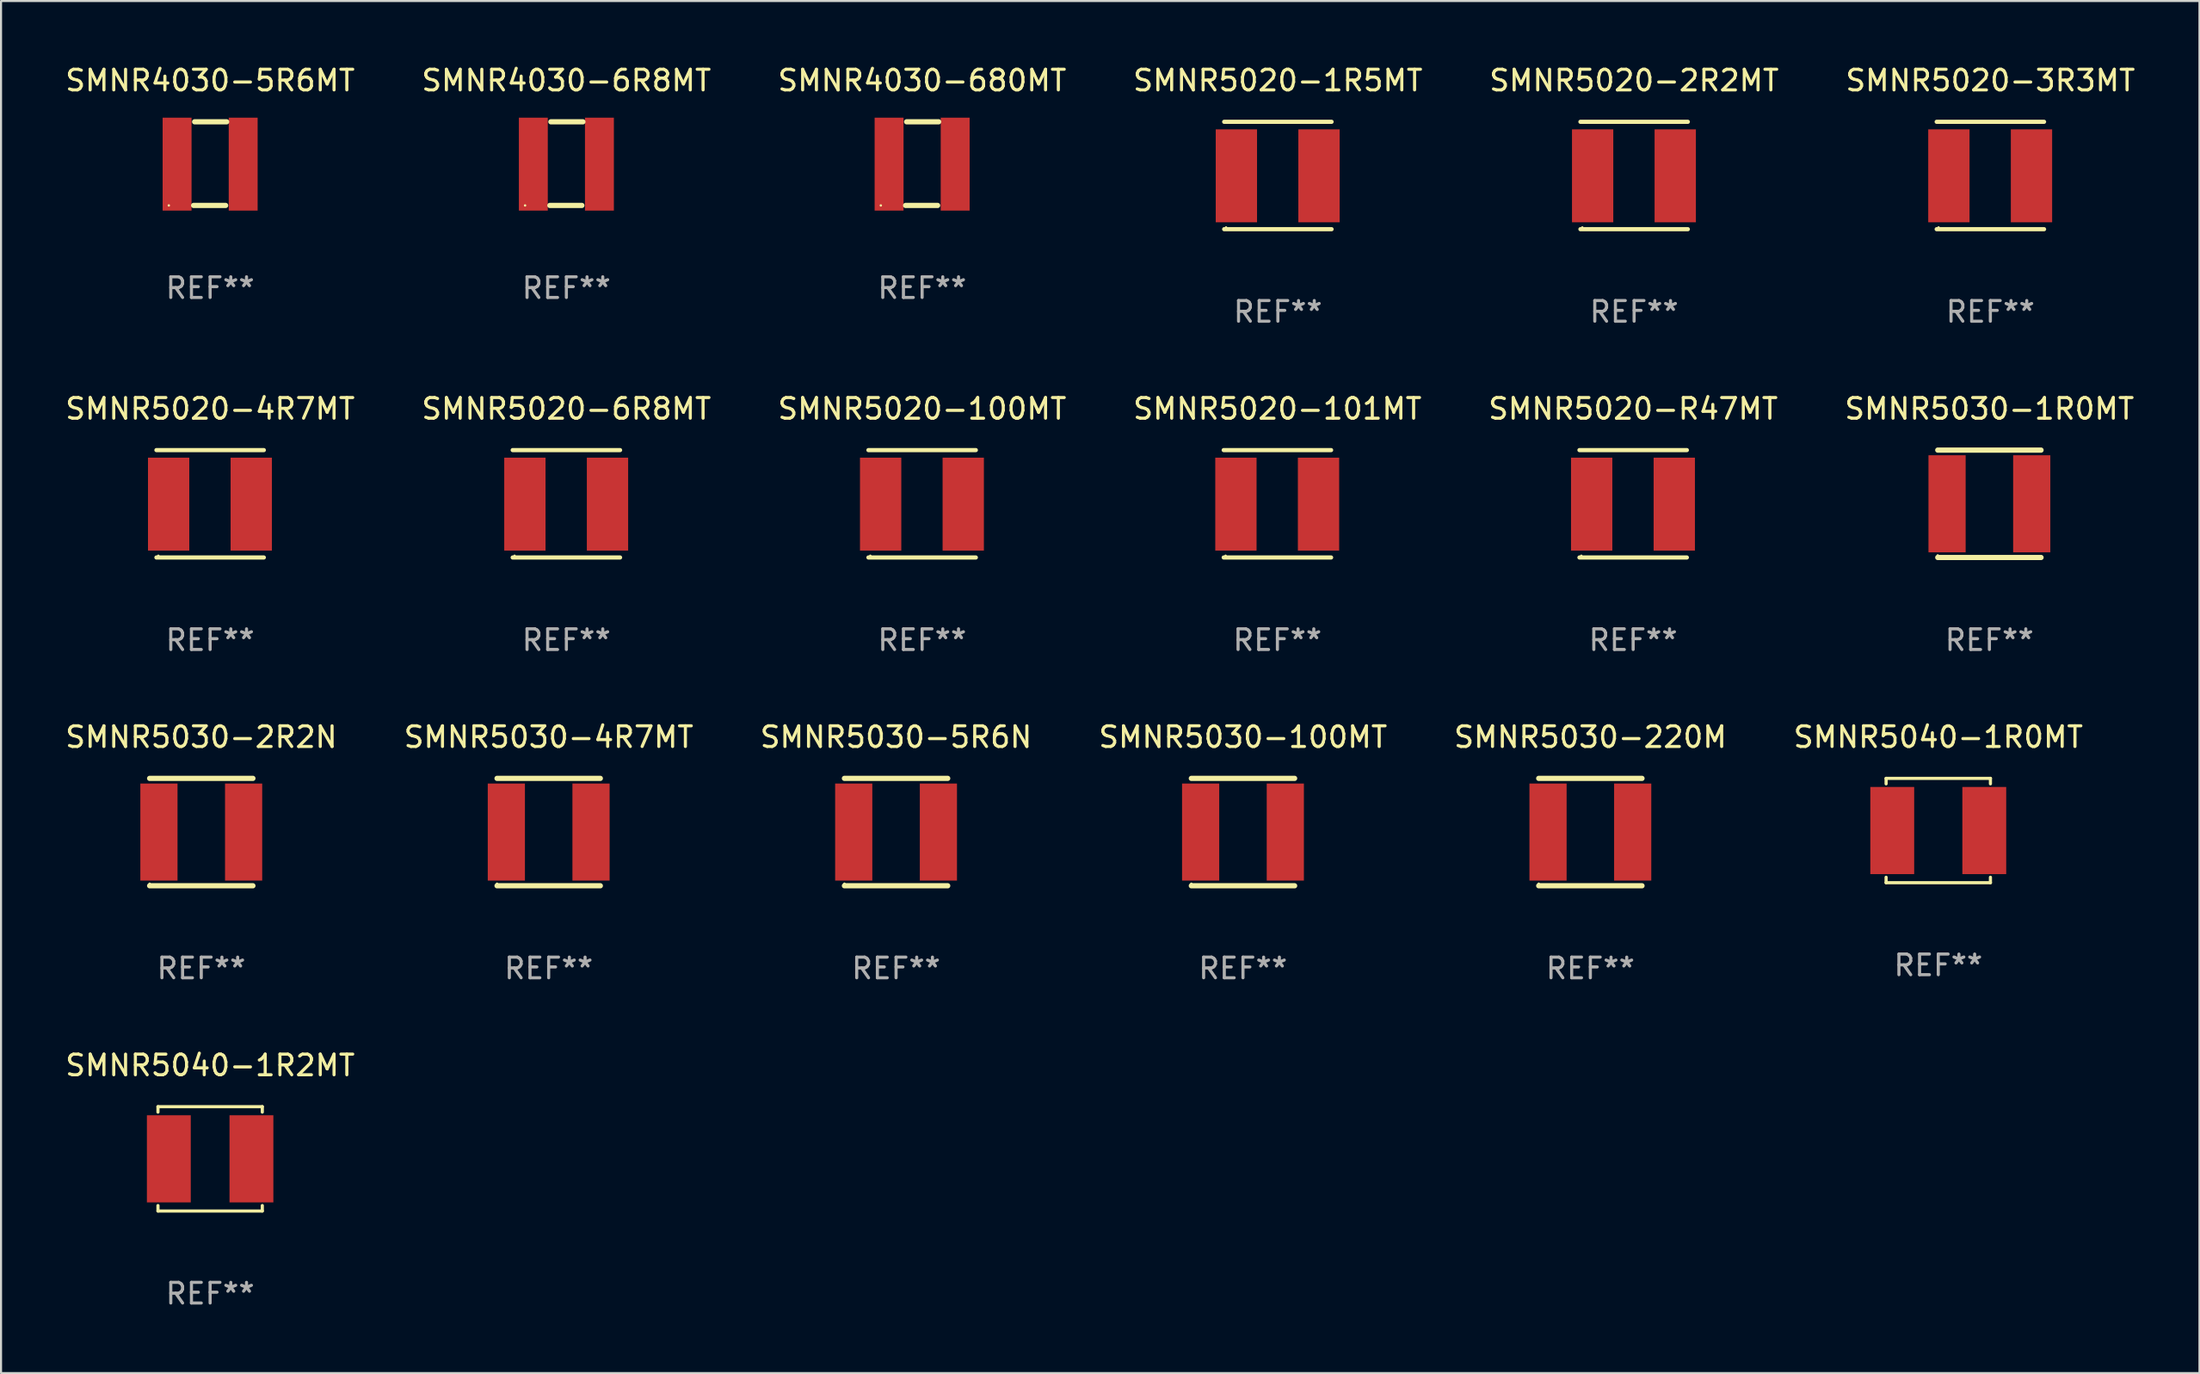
<source format=kicad_pcb>
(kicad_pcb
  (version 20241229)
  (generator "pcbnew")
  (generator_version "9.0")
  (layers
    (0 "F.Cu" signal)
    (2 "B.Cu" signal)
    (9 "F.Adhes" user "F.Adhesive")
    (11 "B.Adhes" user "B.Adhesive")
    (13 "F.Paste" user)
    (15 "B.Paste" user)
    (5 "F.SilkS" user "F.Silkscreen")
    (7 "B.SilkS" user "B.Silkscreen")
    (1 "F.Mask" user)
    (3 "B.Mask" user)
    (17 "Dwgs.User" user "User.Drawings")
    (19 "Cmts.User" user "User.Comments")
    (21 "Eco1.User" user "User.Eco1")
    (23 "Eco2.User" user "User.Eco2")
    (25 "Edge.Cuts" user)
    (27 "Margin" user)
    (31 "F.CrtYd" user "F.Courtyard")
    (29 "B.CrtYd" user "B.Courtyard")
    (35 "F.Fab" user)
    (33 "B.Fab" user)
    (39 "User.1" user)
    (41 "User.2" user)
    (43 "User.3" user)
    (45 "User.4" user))
  (footprint "SMNR5030-4R7MT"
    (layer "F.Cu")
    (at 23.518 37.241)
    (property "Reference" "SMNR5030-4R7MT" (at 0 -4.6 0) (layer "F.SilkS") (effects (font (size 1 1) (thickness 0.15))))
    (attr through_hole)
    (fp_line (start -2.5 -2.6) (end 2.5 -2.6) (stroke (width 0.254) (type solid)) (layer "F.SilkS"))
    (fp_line (start -2.5 2.6) (end 2.5 2.6) (stroke (width 0.254) (type solid)) (layer "F.SilkS"))
    (fp_circle (center -2.5 2.5) (end -2.47 2.5) (stroke (width 0.06) (type solid)) (fill no) (layer "F.SilkS"))
    (fp_text user "REF**" (at 0 6.6 0) (layer "F.Fab") (effects (font (size 1 1) (thickness 0.15))))
    (pad "1" smd rect (at -2.05 0) (size 1.8 4.7) (layers "F.Cu" "F.Mask" "F.Paste"))
    (pad "2" smd rect (at 2.05 0) (size 1.8 4.7) (layers "F.Cu" "F.Mask" "F.Paste")))
  (footprint "SMNR5020-R47MT"
    (layer "F.Cu")
    (at 76.03 21.345)
    (property "Reference" "SMNR5020-R47MT" (at 0 -4.6 0) (layer "F.SilkS") (effects (font (size 1 1) (thickness 0.15))))
    (attr through_hole)
    (fp_line (start -2.6 -2.6) (end 2.6 -2.6) (stroke (width 0.203) (type solid)) (layer "F.SilkS"))
    (fp_line (start -2.6 2.6) (end 2.6 2.6) (stroke (width 0.203) (type solid)) (layer "F.SilkS"))
    (fp_circle (center -2.509 2.516) (end -2.479 2.516) (stroke (width 0.06) (type solid)) (fill no) (layer "F.SilkS"))
    (fp_text user "REF**" (at 0 6.6 0) (layer "F.Fab") (effects (font (size 1 1) (thickness 0.15))))
    (pad "1" smd rect (at -2.009 0.016 90) (size 4.5 2) (layers "F.Cu" "F.Mask" "F.Paste"))
    (pad "2" smd rect (at 1.991 0.016 90) (size 4.5 2) (layers "F.Cu" "F.Mask" "F.Paste")))
  (footprint "SMNR5040-1R0MT"
    (layer "F.Cu")
    (at 90.804 37.167)
    (property "Reference" "SMNR5040-1R0MT" (at 0 -4.526 0) (layer "F.SilkS") (effects (font (size 1 1) (thickness 0.15))))
    (attr through_hole)
    (fp_line (start -2.526 -2.526) (end 2.526 -2.526) (stroke (width 0.152) (type solid)) (layer "F.SilkS"))
    (fp_line (start -2.526 -2.262) (end -2.526 -2.526) (stroke (width 0.152) (type solid)) (layer "F.SilkS"))
    (fp_line (start -2.526 2.262) (end -2.526 2.526) (stroke (width 0.152) (type solid)) (layer "F.SilkS"))
    (fp_line (start -2.526 2.526) (end 2.526 2.526) (stroke (width 0.152) (type solid)) (layer "F.SilkS"))
    (fp_line (start 2.526 -2.526) (end 2.526 -2.262) (stroke (width 0.152) (type solid)) (layer "F.SilkS"))
    (fp_line (start 2.526 2.526) (end 2.526 2.262) (stroke (width 0.152) (type solid)) (layer "F.SilkS"))
    (fp_circle (center 2.5 -2.5) (end 2.53 -2.5) (stroke (width 0.06) (type solid)) (fill no) (layer "F.SilkS"))
    (fp_text user "REF**" (at 0 6.526 0) (layer "F.Fab") (effects (font (size 1 1) (thickness 0.15))))
    (pad "1" smd rect (at 2.228 0) (size 2.124 4.22) (layers "F.Cu" "F.Mask" "F.Paste"))
    (pad "2" smd rect (at -2.228 0) (size 2.124 4.22) (layers "F.Cu" "F.Mask" "F.Paste")))
  (footprint "SMNR5020-6R8MT"
    (layer "F.Cu")
    (at 24.375 21.345)
    (property "Reference" "SMNR5020-6R8MT" (at 0 -4.6 0) (layer "F.SilkS") (effects (font (size 1 1) (thickness 0.15))))
    (attr through_hole)
    (fp_line (start -2.6 -2.6) (end 2.6 -2.6) (stroke (width 0.203) (type solid)) (layer "F.SilkS"))
    (fp_line (start -2.6 2.6) (end 2.6 2.6) (stroke (width 0.203) (type solid)) (layer "F.SilkS"))
    (fp_circle (center -2.509 2.516) (end -2.479 2.516) (stroke (width 0.06) (type solid)) (fill no) (layer "F.SilkS"))
    (fp_text user "REF**" (at 0 6.6 0) (layer "F.Fab") (effects (font (size 1 1) (thickness 0.15))))
    (pad "1" smd rect (at -2.009 0.016 90) (size 4.5 2) (layers "F.Cu" "F.Mask" "F.Paste"))
    (pad "2" smd rect (at 1.991 0.016 90) (size 4.5 2) (layers "F.Cu" "F.Mask" "F.Paste")))
  (footprint "SMNR4030-5R6MT"
    (layer "F.Cu")
    (at 7.125 4.873)
    (property "Reference" "SMNR4030-5R6MT" (at 0 -4.025 0) (layer "F.SilkS") (effects (font (size 1 1) (thickness 0.15))))
    (attr through_hole)
    (fp_line (start -0.8 2.025) (end 0.75 2.025) (stroke (width 0.254) (type solid)) (layer "F.SilkS"))
    (fp_line (start -0.75 -2.025) (end 0.8 -2.025) (stroke (width 0.254) (type solid)) (layer "F.SilkS"))
    (fp_circle (center -2 2.025) (end -1.97 2.025) (stroke (width 0.06) (type solid)) (fill no) (layer "F.SilkS"))
    (fp_text user "REF**" (at 0 6.025 0) (layer "F.Fab") (effects (font (size 1 1) (thickness 0.15))))
    (pad "1" smd rect (at -1.6 0.025) (size 1.4 4.5) (layers "F.Cu" "F.Mask" "F.Paste"))
    (pad "2" smd rect (at 1.6 0.025) (size 1.4 4.5) (layers "F.Cu" "F.Mask" "F.Paste")))
  (footprint "SMNR5030-2R2N"
    (layer "F.Cu")
    (at 6.696 37.241)
    (property "Reference" "SMNR5030-2R2N" (at 0 -4.6 0) (layer "F.SilkS") (effects (font (size 1 1) (thickness 0.15))))
    (attr through_hole)
    (fp_line (start -2.5 -2.6) (end 2.5 -2.6) (stroke (width 0.254) (type solid)) (layer "F.SilkS"))
    (fp_line (start -2.5 2.6) (end 2.5 2.6) (stroke (width 0.254) (type solid)) (layer "F.SilkS"))
    (fp_circle (center -2.5 2.5) (end -2.47 2.5) (stroke (width 0.06) (type solid)) (fill no) (layer "F.SilkS"))
    (fp_text user "REF**" (at 0 6.6 0) (layer "F.Fab") (effects (font (size 1 1) (thickness 0.15))))
    (pad "1" smd rect (at -2.05 0) (size 1.8 4.7) (layers "F.Cu" "F.Mask" "F.Paste"))
    (pad "2" smd rect (at 2.05 0) (size 1.8 4.7) (layers "F.Cu" "F.Mask" "F.Paste")))
  (footprint "SMNR4030-680MT"
    (layer "F.Cu")
    (at 41.601 4.873)
    (property "Reference" "SMNR4030-680MT" (at 0 -4.025 0) (layer "F.SilkS") (effects (font (size 1 1) (thickness 0.15))))
    (attr through_hole)
    (fp_line (start -0.8 2.025) (end 0.75 2.025) (stroke (width 0.254) (type solid)) (layer "F.SilkS"))
    (fp_line (start -0.75 -2.025) (end 0.8 -2.025) (stroke (width 0.254) (type solid)) (layer "F.SilkS"))
    (fp_circle (center -2 2.025) (end -1.97 2.025) (stroke (width 0.06) (type solid)) (fill no) (layer "F.SilkS"))
    (fp_text user "REF**" (at 0 6.025 0) (layer "F.Fab") (effects (font (size 1 1) (thickness 0.15))))
    (pad "1" smd rect (at -1.6 0.025) (size 1.4 4.5) (layers "F.Cu" "F.Mask" "F.Paste"))
    (pad "2" smd rect (at 1.6 0.025) (size 1.4 4.5) (layers "F.Cu" "F.Mask" "F.Paste")))
  (footprint "SMNR5020-101MT"
    (layer "F.Cu")
    (at 58.804 21.345)
    (property "Reference" "SMNR5020-101MT" (at 0 -4.6 0) (layer "F.SilkS") (effects (font (size 1 1) (thickness 0.15))))
    (attr through_hole)
    (fp_line (start -2.6 -2.6) (end 2.6 -2.6) (stroke (width 0.203) (type solid)) (layer "F.SilkS"))
    (fp_line (start -2.6 2.6) (end 2.6 2.6) (stroke (width 0.203) (type solid)) (layer "F.SilkS"))
    (fp_circle (center -2.509 2.516) (end -2.479 2.516) (stroke (width 0.06) (type solid)) (fill no) (layer "F.SilkS"))
    (fp_text user "REF**" (at 0 6.6 0) (layer "F.Fab") (effects (font (size 1 1) (thickness 0.15))))
    (pad "1" smd rect (at -2.009 0.016 90) (size 4.5 2) (layers "F.Cu" "F.Mask" "F.Paste"))
    (pad "2" smd rect (at 1.991 0.016 90) (size 4.5 2) (layers "F.Cu" "F.Mask" "F.Paste")))
  (footprint "SMNR5030-5R6N"
    (layer "F.Cu")
    (at 40.339 37.241)
    (property "Reference" "SMNR5030-5R6N" (at 0 -4.6 0) (layer "F.SilkS") (effects (font (size 1 1) (thickness 0.15))))
    (attr through_hole)
    (fp_line (start -2.5 -2.6) (end 2.5 -2.6) (stroke (width 0.254) (type solid)) (layer "F.SilkS"))
    (fp_line (start -2.5 2.6) (end 2.5 2.6) (stroke (width 0.254) (type solid)) (layer "F.SilkS"))
    (fp_circle (center -2.5 2.5) (end -2.47 2.5) (stroke (width 0.06) (type solid)) (fill no) (layer "F.SilkS"))
    (fp_text user "REF**" (at 0 6.6 0) (layer "F.Fab") (effects (font (size 1 1) (thickness 0.15))))
    (pad "1" smd rect (at -2.05 0) (size 1.8 4.7) (layers "F.Cu" "F.Mask" "F.Paste"))
    (pad "2" smd rect (at 2.05 0) (size 1.8 4.7) (layers "F.Cu" "F.Mask" "F.Paste")))
  (footprint "SMNR5020-3R3MT"
    (layer "F.Cu")
    (at 93.327 5.448)
    (property "Reference" "SMNR5020-3R3MT" (at 0 -4.6 0) (layer "F.SilkS") (effects (font (size 1 1) (thickness 0.15))))
    (attr through_hole)
    (fp_line (start -2.6 -2.6) (end 2.6 -2.6) (stroke (width 0.203) (type solid)) (layer "F.SilkS"))
    (fp_line (start -2.6 2.6) (end 2.6 2.6) (stroke (width 0.203) (type solid)) (layer "F.SilkS"))
    (fp_circle (center -2.509 2.516) (end -2.479 2.516) (stroke (width 0.06) (type solid)) (fill no) (layer "F.SilkS"))
    (fp_text user "REF**" (at 0 6.6 0) (layer "F.Fab") (effects (font (size 1 1) (thickness 0.15))))
    (pad "1" smd rect (at -2.009 0.016 90) (size 4.5 2) (layers "F.Cu" "F.Mask" "F.Paste"))
    (pad "2" smd rect (at 1.991 0.016 90) (size 4.5 2) (layers "F.Cu" "F.Mask" "F.Paste")))
  (footprint "SMNR4030-6R8MT"
    (layer "F.Cu")
    (at 24.375 4.873)
    (property "Reference" "SMNR4030-6R8MT" (at 0 -4.025 0) (layer "F.SilkS") (effects (font (size 1 1) (thickness 0.15))))
    (attr through_hole)
    (fp_line (start -0.8 2.025) (end 0.75 2.025) (stroke (width 0.254) (type solid)) (layer "F.SilkS"))
    (fp_line (start -0.75 -2.025) (end 0.8 -2.025) (stroke (width 0.254) (type solid)) (layer "F.SilkS"))
    (fp_circle (center -2 2.025) (end -1.97 2.025) (stroke (width 0.06) (type solid)) (fill no) (layer "F.SilkS"))
    (fp_text user "REF**" (at 0 6.025 0) (layer "F.Fab") (effects (font (size 1 1) (thickness 0.15))))
    (pad "1" smd rect (at -1.6 0.025) (size 1.4 4.5) (layers "F.Cu" "F.Mask" "F.Paste"))
    (pad "2" smd rect (at 1.6 0.025) (size 1.4 4.5) (layers "F.Cu" "F.Mask" "F.Paste")))
  (footprint "SMNR5030-1R0MT"
    (layer "F.Cu")
    (at 93.28 21.345)
    (property "Reference" "SMNR5030-1R0MT" (at 0 -4.6 0) (layer "F.SilkS") (effects (font (size 1 1) (thickness 0.15))))
    (attr through_hole)
    (fp_line (start -2.5 -2.6) (end 2.5 -2.6) (stroke (width 0.254) (type solid)) (layer "F.SilkS"))
    (fp_line (start -2.5 2.6) (end 2.5 2.6) (stroke (width 0.254) (type solid)) (layer "F.SilkS"))
    (fp_circle (center -2.5 2.5) (end -2.47 2.5) (stroke (width 0.06) (type solid)) (fill no) (layer "F.SilkS"))
    (fp_text user "REF**" (at 0 6.6 0) (layer "F.Fab") (effects (font (size 1 1) (thickness 0.15))))
    (pad "1" smd rect (at -2.05 0) (size 1.8 4.7) (layers "F.Cu" "F.Mask" "F.Paste"))
    (pad "2" smd rect (at 2.05 0) (size 1.8 4.7) (layers "F.Cu" "F.Mask" "F.Paste")))
  (footprint "SMNR5020-100MT"
    (layer "F.Cu")
    (at 41.601 21.345)
    (property "Reference" "SMNR5020-100MT" (at 0 -4.6 0) (layer "F.SilkS") (effects (font (size 1 1) (thickness 0.15))))
    (attr through_hole)
    (fp_line (start -2.6 -2.6) (end 2.6 -2.6) (stroke (width 0.203) (type solid)) (layer "F.SilkS"))
    (fp_line (start -2.6 2.6) (end 2.6 2.6) (stroke (width 0.203) (type solid)) (layer "F.SilkS"))
    (fp_circle (center -2.509 2.516) (end -2.479 2.516) (stroke (width 0.06) (type solid)) (fill no) (layer "F.SilkS"))
    (fp_text user "REF**" (at 0 6.6 0) (layer "F.Fab") (effects (font (size 1 1) (thickness 0.15))))
    (pad "1" smd rect (at -2.009 0.016 90) (size 4.5 2) (layers "F.Cu" "F.Mask" "F.Paste"))
    (pad "2" smd rect (at 1.991 0.016 90) (size 4.5 2) (layers "F.Cu" "F.Mask" "F.Paste")))
  (footprint "SMNR5030-100MT"
    (layer "F.Cu")
    (at 57.137 37.241)
    (property "Reference" "SMNR5030-100MT" (at 0 -4.6 0) (layer "F.SilkS") (effects (font (size 1 1) (thickness 0.15))))
    (attr through_hole)
    (fp_line (start -2.5 -2.6) (end 2.5 -2.6) (stroke (width 0.254) (type solid)) (layer "F.SilkS"))
    (fp_line (start -2.5 2.6) (end 2.5 2.6) (stroke (width 0.254) (type solid)) (layer "F.SilkS"))
    (fp_circle (center -2.5 2.5) (end -2.47 2.5) (stroke (width 0.06) (type solid)) (fill no) (layer "F.SilkS"))
    (fp_text user "REF**" (at 0 6.6 0) (layer "F.Fab") (effects (font (size 1 1) (thickness 0.15))))
    (pad "1" smd rect (at -2.05 0) (size 1.8 4.7) (layers "F.Cu" "F.Mask" "F.Paste"))
    (pad "2" smd rect (at 2.05 0) (size 1.8 4.7) (layers "F.Cu" "F.Mask" "F.Paste")))
  (footprint "SMNR5020-2R2MT"
    (layer "F.Cu")
    (at 76.077 5.448)
    (property "Reference" "SMNR5020-2R2MT" (at 0 -4.6 0) (layer "F.SilkS") (effects (font (size 1 1) (thickness 0.15))))
    (attr through_hole)
    (fp_line (start -2.6 -2.6) (end 2.6 -2.6) (stroke (width 0.203) (type solid)) (layer "F.SilkS"))
    (fp_line (start -2.6 2.6) (end 2.6 2.6) (stroke (width 0.203) (type solid)) (layer "F.SilkS"))
    (fp_circle (center -2.509 2.516) (end -2.479 2.516) (stroke (width 0.06) (type solid)) (fill no) (layer "F.SilkS"))
    (fp_text user "REF**" (at 0 6.6 0) (layer "F.Fab") (effects (font (size 1 1) (thickness 0.15))))
    (pad "1" smd rect (at -2.009 0.016 90) (size 4.5 2) (layers "F.Cu" "F.Mask" "F.Paste"))
    (pad "2" smd rect (at 1.991 0.016 90) (size 4.5 2) (layers "F.Cu" "F.Mask" "F.Paste")))
  (footprint "SMNR5040-1R2MT"
    (layer "F.Cu")
    (at 7.125 53.064)
    (property "Reference" "SMNR5040-1R2MT" (at 0 -4.526 0) (layer "F.SilkS") (effects (font (size 1 1) (thickness 0.15))))
    (attr through_hole)
    (fp_line (start -2.526 -2.526) (end 2.526 -2.526) (stroke (width 0.152) (type solid)) (layer "F.SilkS"))
    (fp_line (start -2.526 -2.262) (end -2.526 -2.526) (stroke (width 0.152) (type solid)) (layer "F.SilkS"))
    (fp_line (start -2.526 2.262) (end -2.526 2.526) (stroke (width 0.152) (type solid)) (layer "F.SilkS"))
    (fp_line (start -2.526 2.526) (end 2.526 2.526) (stroke (width 0.152) (type solid)) (layer "F.SilkS"))
    (fp_line (start 2.526 -2.526) (end 2.526 -2.262) (stroke (width 0.152) (type solid)) (layer "F.SilkS"))
    (fp_line (start 2.526 2.526) (end 2.526 2.262) (stroke (width 0.152) (type solid)) (layer "F.SilkS"))
    (fp_circle (center 2.5 -2.5) (end 2.53 -2.5) (stroke (width 0.06) (type solid)) (fill no) (layer "F.SilkS"))
    (fp_text user "REF**" (at 0 6.526 0) (layer "F.Fab") (effects (font (size 1 1) (thickness 0.15))))
    (pad "1" smd rect (at 2 0) (size 2.124 4.22) (layers "F.Cu" "F.Mask" "F.Paste"))
    (pad "2" smd rect (at -2 0) (size 2.124 4.22) (layers "F.Cu" "F.Mask" "F.Paste")))
  (footprint "SMNR5030-220M"
    (layer "F.Cu")
    (at 73.958 37.241)
    (property "Reference" "SMNR5030-220M" (at 0 -4.6 0) (layer "F.SilkS") (effects (font (size 1 1) (thickness 0.15))))
    (attr through_hole)
    (fp_line (start -2.5 -2.6) (end 2.5 -2.6) (stroke (width 0.254) (type solid)) (layer "F.SilkS"))
    (fp_line (start -2.5 2.6) (end 2.5 2.6) (stroke (width 0.254) (type solid)) (layer "F.SilkS"))
    (fp_circle (center -2.5 2.5) (end -2.47 2.5) (stroke (width 0.06) (type solid)) (fill no) (layer "F.SilkS"))
    (fp_text user "REF**" (at 0 6.6 0) (layer "F.Fab") (effects (font (size 1 1) (thickness 0.15))))
    (pad "1" smd rect (at -2.05 0) (size 1.8 4.7) (layers "F.Cu" "F.Mask" "F.Paste"))
    (pad "2" smd rect (at 2.05 0) (size 1.8 4.7) (layers "F.Cu" "F.Mask" "F.Paste")))
  (footprint "SMNR5020-1R5MT"
    (layer "F.Cu")
    (at 58.827 5.448)
    (property "Reference" "SMNR5020-1R5MT" (at 0 -4.6 0) (layer "F.SilkS") (effects (font (size 1 1) (thickness 0.15))))
    (attr through_hole)
    (fp_line (start -2.6 -2.6) (end 2.6 -2.6) (stroke (width 0.203) (type solid)) (layer "F.SilkS"))
    (fp_line (start -2.6 2.6) (end 2.6 2.6) (stroke (width 0.203) (type solid)) (layer "F.SilkS"))
    (fp_circle (center -2.509 2.516) (end -2.479 2.516) (stroke (width 0.06) (type solid)) (fill no) (layer "F.SilkS"))
    (fp_text user "REF**" (at 0 6.6 0) (layer "F.Fab") (effects (font (size 1 1) (thickness 0.15))))
    (pad "1" smd rect (at -2.009 0.016 90) (size 4.5 2) (layers "F.Cu" "F.Mask" "F.Paste"))
    (pad "2" smd rect (at 1.991 0.016 90) (size 4.5 2) (layers "F.Cu" "F.Mask" "F.Paste")))
  (footprint "SMNR5020-4R7MT"
    (layer "F.Cu")
    (at 7.125 21.345)
    (property "Reference" "SMNR5020-4R7MT" (at 0 -4.6 0) (layer "F.SilkS") (effects (font (size 1 1) (thickness 0.15))))
    (attr through_hole)
    (fp_line (start -2.6 -2.6) (end 2.6 -2.6) (stroke (width 0.203) (type solid)) (layer "F.SilkS"))
    (fp_line (start -2.6 2.6) (end 2.6 2.6) (stroke (width 0.203) (type solid)) (layer "F.SilkS"))
    (fp_circle (center -2.509 2.516) (end -2.479 2.516) (stroke (width 0.06) (type solid)) (fill no) (layer "F.SilkS"))
    (fp_text user "REF**" (at 0 6.6 0) (layer "F.Fab") (effects (font (size 1 1) (thickness 0.15))))
    (pad "1" smd rect (at -2.009 0.016 90) (size 4.5 2) (layers "F.Cu" "F.Mask" "F.Paste"))
    (pad "2" smd rect (at 1.991 0.016 90) (size 4.5 2) (layers "F.Cu" "F.Mask" "F.Paste")))
  (gr_rect
    (start -3 -3)
    (end 103.452 63.438)
    (stroke (width 0.1) (type default))
    (fill no)
    (layer "Edge.Cuts")))
</source>
